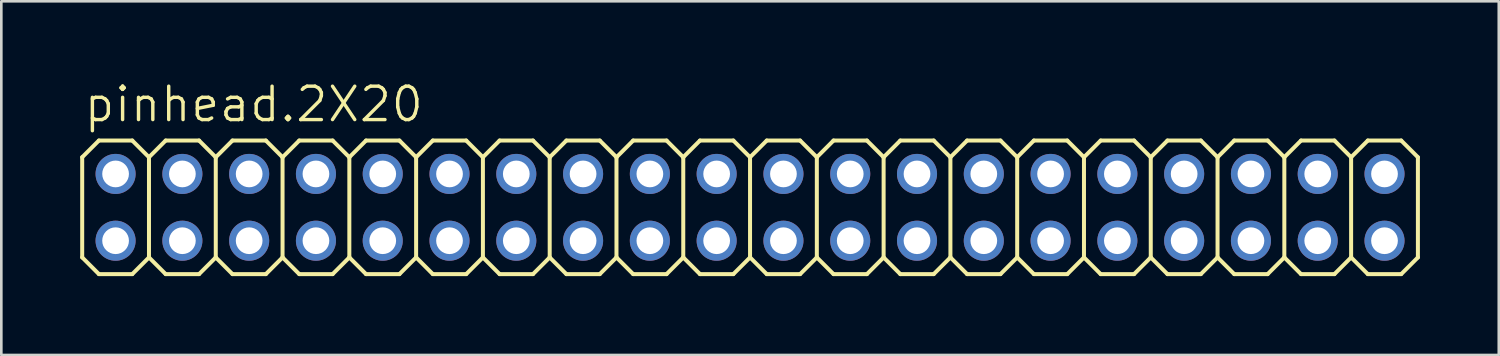
<source format=kicad_pcb>
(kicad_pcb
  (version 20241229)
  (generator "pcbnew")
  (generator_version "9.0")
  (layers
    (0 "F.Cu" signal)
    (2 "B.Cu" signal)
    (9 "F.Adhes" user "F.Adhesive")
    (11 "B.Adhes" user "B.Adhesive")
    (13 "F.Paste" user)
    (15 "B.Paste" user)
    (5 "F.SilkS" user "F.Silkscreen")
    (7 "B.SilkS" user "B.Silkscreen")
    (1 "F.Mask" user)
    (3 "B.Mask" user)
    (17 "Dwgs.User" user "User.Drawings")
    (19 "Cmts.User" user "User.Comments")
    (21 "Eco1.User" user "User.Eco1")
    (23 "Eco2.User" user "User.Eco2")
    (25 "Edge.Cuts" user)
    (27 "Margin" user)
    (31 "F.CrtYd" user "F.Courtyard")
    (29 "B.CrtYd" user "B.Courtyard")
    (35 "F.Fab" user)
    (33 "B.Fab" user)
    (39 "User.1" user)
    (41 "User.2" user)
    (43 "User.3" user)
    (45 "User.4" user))
  (footprint "pinhead.2X20"
    (layer "F.Cu")
    (at 25.476 4.835)
    (property "Reference" "pinhead.2X20" (at -25.4 -3.175 0) (layer "F.SilkS") (effects (font (size 1.27 1.27) (thickness 0.13)) (justify left bottom)))
    (attr through_hole)
    (fp_line (start -25.4 -1.905) (end -24.765 -2.54) (stroke (width 0.152) (type default)) (layer "F.SilkS"))
    (fp_line (start -25.4 1.905) (end -25.4 -1.905) (stroke (width 0.152) (type default)) (layer "F.SilkS"))
    (fp_line (start -25.4 1.905) (end -24.765 2.54) (stroke (width 0.152) (type default)) (layer "F.SilkS"))
    (fp_line (start -24.765 -2.54) (end -23.495 -2.54) (stroke (width 0.152) (type default)) (layer "F.SilkS"))
    (fp_line (start -24.765 2.54) (end -23.495 2.54) (stroke (width 0.152) (type default)) (layer "F.SilkS"))
    (fp_line (start -23.495 -2.54) (end -22.86 -1.905) (stroke (width 0.152) (type default)) (layer "F.SilkS"))
    (fp_line (start -23.495 2.54) (end -22.86 1.905) (stroke (width 0.152) (type default)) (layer "F.SilkS"))
    (fp_line (start -22.86 -1.905) (end -22.86 1.905) (stroke (width 0.152) (type default)) (layer "F.SilkS"))
    (fp_line (start -22.86 -1.905) (end -22.225 -2.54) (stroke (width 0.152) (type default)) (layer "F.SilkS"))
    (fp_line (start -22.86 1.905) (end -22.225 2.54) (stroke (width 0.152) (type default)) (layer "F.SilkS"))
    (fp_line (start -22.225 -2.54) (end -20.955 -2.54) (stroke (width 0.152) (type default)) (layer "F.SilkS"))
    (fp_line (start -22.225 2.54) (end -20.955 2.54) (stroke (width 0.152) (type default)) (layer "F.SilkS"))
    (fp_line (start -20.955 -2.54) (end -20.32 -1.905) (stroke (width 0.152) (type default)) (layer "F.SilkS"))
    (fp_line (start -20.955 2.54) (end -20.32 1.905) (stroke (width 0.152) (type default)) (layer "F.SilkS"))
    (fp_line (start -20.32 -1.905) (end -20.32 1.905) (stroke (width 0.152) (type default)) (layer "F.SilkS"))
    (fp_line (start -20.32 -1.905) (end -19.685 -2.54) (stroke (width 0.152) (type default)) (layer "F.SilkS"))
    (fp_line (start -20.32 1.905) (end -19.685 2.54) (stroke (width 0.152) (type default)) (layer "F.SilkS"))
    (fp_line (start -19.685 -2.54) (end -18.415 -2.54) (stroke (width 0.152) (type default)) (layer "F.SilkS"))
    (fp_line (start -19.685 2.54) (end -18.415 2.54) (stroke (width 0.152) (type default)) (layer "F.SilkS"))
    (fp_line (start -18.415 -2.54) (end -17.78 -1.905) (stroke (width 0.152) (type default)) (layer "F.SilkS"))
    (fp_line (start -18.415 2.54) (end -17.78 1.905) (stroke (width 0.152) (type default)) (layer "F.SilkS"))
    (fp_line (start -17.78 -1.905) (end -17.78 1.905) (stroke (width 0.152) (type default)) (layer "F.SilkS"))
    (fp_line (start -17.78 -1.905) (end -17.145 -2.54) (stroke (width 0.152) (type default)) (layer "F.SilkS"))
    (fp_line (start -17.78 1.905) (end -17.145 2.54) (stroke (width 0.152) (type default)) (layer "F.SilkS"))
    (fp_line (start -17.145 -2.54) (end -15.875 -2.54) (stroke (width 0.152) (type default)) (layer "F.SilkS"))
    (fp_line (start -17.145 2.54) (end -15.875 2.54) (stroke (width 0.152) (type default)) (layer "F.SilkS"))
    (fp_line (start -15.875 -2.54) (end -15.24 -1.905) (stroke (width 0.152) (type default)) (layer "F.SilkS"))
    (fp_line (start -15.875 2.54) (end -15.24 1.905) (stroke (width 0.152) (type default)) (layer "F.SilkS"))
    (fp_line (start -15.24 -1.905) (end -15.24 1.905) (stroke (width 0.152) (type default)) (layer "F.SilkS"))
    (fp_line (start -15.24 -1.905) (end -14.605 -2.54) (stroke (width 0.152) (type default)) (layer "F.SilkS"))
    (fp_line (start -15.24 1.905) (end -14.605 2.54) (stroke (width 0.152) (type default)) (layer "F.SilkS"))
    (fp_line (start -14.605 -2.54) (end -13.335 -2.54) (stroke (width 0.152) (type default)) (layer "F.SilkS"))
    (fp_line (start -14.605 2.54) (end -13.335 2.54) (stroke (width 0.152) (type default)) (layer "F.SilkS"))
    (fp_line (start -13.335 -2.54) (end -12.7 -1.905) (stroke (width 0.152) (type default)) (layer "F.SilkS"))
    (fp_line (start -13.335 2.54) (end -12.7 1.905) (stroke (width 0.152) (type default)) (layer "F.SilkS"))
    (fp_line (start -12.7 -1.905) (end -12.7 1.905) (stroke (width 0.152) (type default)) (layer "F.SilkS"))
    (fp_line (start -12.7 -1.905) (end -12.065 -2.54) (stroke (width 0.152) (type default)) (layer "F.SilkS"))
    (fp_line (start -12.7 1.905) (end -12.065 2.54) (stroke (width 0.152) (type default)) (layer "F.SilkS"))
    (fp_line (start -12.065 -2.54) (end -10.795 -2.54) (stroke (width 0.152) (type default)) (layer "F.SilkS"))
    (fp_line (start -12.065 2.54) (end -10.795 2.54) (stroke (width 0.152) (type default)) (layer "F.SilkS"))
    (fp_line (start -10.795 -2.54) (end -10.16 -1.905) (stroke (width 0.152) (type default)) (layer "F.SilkS"))
    (fp_line (start -10.795 2.54) (end -10.16 1.905) (stroke (width 0.152) (type default)) (layer "F.SilkS"))
    (fp_line (start -10.16 -1.905) (end -10.16 1.905) (stroke (width 0.152) (type default)) (layer "F.SilkS"))
    (fp_line (start -10.16 -1.905) (end -9.525 -2.54) (stroke (width 0.152) (type default)) (layer "F.SilkS"))
    (fp_line (start -10.16 1.905) (end -9.525 2.54) (stroke (width 0.152) (type default)) (layer "F.SilkS"))
    (fp_line (start -9.525 -2.54) (end -8.255 -2.54) (stroke (width 0.152) (type default)) (layer "F.SilkS"))
    (fp_line (start -8.255 -2.54) (end -7.62 -1.905) (stroke (width 0.152) (type default)) (layer "F.SilkS"))
    (fp_line (start -8.255 2.54) (end -9.525 2.54) (stroke (width 0.152) (type default)) (layer "F.SilkS"))
    (fp_line (start -7.62 -1.905) (end -7.62 1.905) (stroke (width 0.152) (type default)) (layer "F.SilkS"))
    (fp_line (start -7.62 -1.905) (end -6.985 -2.54) (stroke (width 0.152) (type default)) (layer "F.SilkS"))
    (fp_line (start -7.62 1.905) (end -8.255 2.54) (stroke (width 0.152) (type default)) (layer "F.SilkS"))
    (fp_line (start -7.62 1.905) (end -6.985 2.54) (stroke (width 0.152) (type default)) (layer "F.SilkS"))
    (fp_line (start -6.985 -2.54) (end -5.715 -2.54) (stroke (width 0.152) (type default)) (layer "F.SilkS"))
    (fp_line (start -5.715 -2.54) (end -5.08 -1.905) (stroke (width 0.152) (type default)) (layer "F.SilkS"))
    (fp_line (start -5.715 2.54) (end -6.985 2.54) (stroke (width 0.152) (type default)) (layer "F.SilkS"))
    (fp_line (start -5.08 -1.905) (end -5.08 1.905) (stroke (width 0.152) (type default)) (layer "F.SilkS"))
    (fp_line (start -5.08 -1.905) (end -4.445 -2.54) (stroke (width 0.152) (type default)) (layer "F.SilkS"))
    (fp_line (start -5.08 1.905) (end -5.715 2.54) (stroke (width 0.152) (type default)) (layer "F.SilkS"))
    (fp_line (start -5.08 1.905) (end -4.445 2.54) (stroke (width 0.152) (type default)) (layer "F.SilkS"))
    (fp_line (start -4.445 -2.54) (end -3.175 -2.54) (stroke (width 0.152) (type default)) (layer "F.SilkS"))
    (fp_line (start -3.175 -2.54) (end -2.54 -1.905) (stroke (width 0.152) (type default)) (layer "F.SilkS"))
    (fp_line (start -3.175 2.54) (end -4.445 2.54) (stroke (width 0.152) (type default)) (layer "F.SilkS"))
    (fp_line (start -2.54 -1.905) (end -2.54 1.905) (stroke (width 0.152) (type default)) (layer "F.SilkS"))
    (fp_line (start -2.54 -1.905) (end -1.905 -2.54) (stroke (width 0.152) (type default)) (layer "F.SilkS"))
    (fp_line (start -2.54 1.905) (end -3.175 2.54) (stroke (width 0.152) (type default)) (layer "F.SilkS"))
    (fp_line (start -2.54 1.905) (end -1.905 2.54) (stroke (width 0.152) (type default)) (layer "F.SilkS"))
    (fp_line (start -1.905 -2.54) (end -0.635 -2.54) (stroke (width 0.152) (type default)) (layer "F.SilkS"))
    (fp_line (start -0.635 -2.54) (end 0 -1.905) (stroke (width 0.152) (type default)) (layer "F.SilkS"))
    (fp_line (start -0.635 2.54) (end -1.905 2.54) (stroke (width 0.152) (type default)) (layer "F.SilkS"))
    (fp_line (start 0 -1.905) (end 0 1.905) (stroke (width 0.152) (type default)) (layer "F.SilkS"))
    (fp_line (start 0 -1.905) (end 0.635 -2.54) (stroke (width 0.152) (type default)) (layer "F.SilkS"))
    (fp_line (start 0 1.905) (end -0.635 2.54) (stroke (width 0.152) (type default)) (layer "F.SilkS"))
    (fp_line (start 0 1.905) (end 0.635 2.54) (stroke (width 0.152) (type default)) (layer "F.SilkS"))
    (fp_line (start 0.635 -2.54) (end 1.905 -2.54) (stroke (width 0.152) (type default)) (layer "F.SilkS"))
    (fp_line (start 1.905 -2.54) (end 2.54 -1.905) (stroke (width 0.152) (type default)) (layer "F.SilkS"))
    (fp_line (start 1.905 2.54) (end 0.635 2.54) (stroke (width 0.152) (type default)) (layer "F.SilkS"))
    (fp_line (start 2.54 -1.905) (end 2.54 1.905) (stroke (width 0.152) (type default)) (layer "F.SilkS"))
    (fp_line (start 2.54 -1.905) (end 3.175 -2.54) (stroke (width 0.152) (type default)) (layer "F.SilkS"))
    (fp_line (start 2.54 1.905) (end 1.905 2.54) (stroke (width 0.152) (type default)) (layer "F.SilkS"))
    (fp_line (start 2.54 1.905) (end 3.175 2.54) (stroke (width 0.152) (type default)) (layer "F.SilkS"))
    (fp_line (start 3.175 -2.54) (end 4.445 -2.54) (stroke (width 0.152) (type default)) (layer "F.SilkS"))
    (fp_line (start 4.445 2.54) (end 3.175 2.54) (stroke (width 0.152) (type default)) (layer "F.SilkS"))
    (fp_line (start 5.08 -1.905) (end 4.445 -2.54) (stroke (width 0.152) (type default)) (layer "F.SilkS"))
    (fp_line (start 5.08 -1.905) (end 5.08 1.905) (stroke (width 0.152) (type default)) (layer "F.SilkS"))
    (fp_line (start 5.08 -1.905) (end 5.715 -2.54) (stroke (width 0.152) (type default)) (layer "F.SilkS"))
    (fp_line (start 5.08 1.905) (end 4.445 2.54) (stroke (width 0.152) (type default)) (layer "F.SilkS"))
    (fp_line (start 5.08 1.905) (end 5.715 2.54) (stroke (width 0.152) (type default)) (layer "F.SilkS"))
    (fp_line (start 6.985 -2.54) (end 5.715 -2.54) (stroke (width 0.152) (type default)) (layer "F.SilkS"))
    (fp_line (start 6.985 -2.54) (end 7.62 -1.905) (stroke (width 0.152) (type default)) (layer "F.SilkS"))
    (fp_line (start 6.985 2.54) (end 5.715 2.54) (stroke (width 0.152) (type default)) (layer "F.SilkS"))
    (fp_line (start 7.62 -1.905) (end 7.62 1.905) (stroke (width 0.152) (type default)) (layer "F.SilkS"))
    (fp_line (start 7.62 -1.905) (end 8.255 -2.54) (stroke (width 0.152) (type default)) (layer "F.SilkS"))
    (fp_line (start 7.62 1.905) (end 6.985 2.54) (stroke (width 0.152) (type default)) (layer "F.SilkS"))
    (fp_line (start 7.62 1.905) (end 8.255 2.54) (stroke (width 0.152) (type default)) (layer "F.SilkS"))
    (fp_line (start 9.525 -2.54) (end 8.255 -2.54) (stroke (width 0.152) (type default)) (layer "F.SilkS"))
    (fp_line (start 9.525 -2.54) (end 10.16 -1.905) (stroke (width 0.152) (type default)) (layer "F.SilkS"))
    (fp_line (start 9.525 2.54) (end 8.255 2.54) (stroke (width 0.152) (type default)) (layer "F.SilkS"))
    (fp_line (start 10.16 -1.905) (end 10.16 1.905) (stroke (width 0.152) (type default)) (layer "F.SilkS"))
    (fp_line (start 10.16 -1.905) (end 10.795 -2.54) (stroke (width 0.152) (type default)) (layer "F.SilkS"))
    (fp_line (start 10.16 1.905) (end 9.525 2.54) (stroke (width 0.152) (type default)) (layer "F.SilkS"))
    (fp_line (start 10.795 2.54) (end 10.16 1.905) (stroke (width 0.152) (type default)) (layer "F.SilkS"))
    (fp_line (start 10.795 2.54) (end 12.065 2.54) (stroke (width 0.152) (type default)) (layer "F.SilkS"))
    (fp_line (start 12.065 -2.54) (end 10.795 -2.54) (stroke (width 0.152) (type default)) (layer "F.SilkS"))
    (fp_line (start 12.065 -2.54) (end 12.7 -1.905) (stroke (width 0.152) (type default)) (layer "F.SilkS"))
    (fp_line (start 12.7 -1.905) (end 12.7 1.905) (stroke (width 0.152) (type default)) (layer "F.SilkS"))
    (fp_line (start 12.7 -1.905) (end 13.335 -2.54) (stroke (width 0.152) (type default)) (layer "F.SilkS"))
    (fp_line (start 12.7 1.905) (end 12.065 2.54) (stroke (width 0.152) (type default)) (layer "F.SilkS"))
    (fp_line (start 13.335 2.54) (end 12.7 1.905) (stroke (width 0.152) (type default)) (layer "F.SilkS"))
    (fp_line (start 13.335 2.54) (end 14.605 2.54) (stroke (width 0.152) (type default)) (layer "F.SilkS"))
    (fp_line (start 14.605 -2.54) (end 13.335 -2.54) (stroke (width 0.152) (type default)) (layer "F.SilkS"))
    (fp_line (start 14.605 -2.54) (end 15.24 -1.905) (stroke (width 0.152) (type default)) (layer "F.SilkS"))
    (fp_line (start 15.24 -1.905) (end 15.24 1.905) (stroke (width 0.152) (type default)) (layer "F.SilkS"))
    (fp_line (start 15.24 -1.905) (end 15.875 -2.54) (stroke (width 0.152) (type default)) (layer "F.SilkS"))
    (fp_line (start 15.24 1.905) (end 14.605 2.54) (stroke (width 0.152) (type default)) (layer "F.SilkS"))
    (fp_line (start 15.24 1.905) (end 15.875 2.54) (stroke (width 0.152) (type default)) (layer "F.SilkS"))
    (fp_line (start 17.145 -2.54) (end 15.875 -2.54) (stroke (width 0.152) (type default)) (layer "F.SilkS"))
    (fp_line (start 17.145 -2.54) (end 17.78 -1.905) (stroke (width 0.152) (type default)) (layer "F.SilkS"))
    (fp_line (start 17.145 2.54) (end 15.875 2.54) (stroke (width 0.152) (type default)) (layer "F.SilkS"))
    (fp_line (start 17.78 -1.905) (end 17.78 1.905) (stroke (width 0.152) (type default)) (layer "F.SilkS"))
    (fp_line (start 17.78 -1.905) (end 18.415 -2.54) (stroke (width 0.152) (type default)) (layer "F.SilkS"))
    (fp_line (start 17.78 1.905) (end 17.145 2.54) (stroke (width 0.152) (type default)) (layer "F.SilkS"))
    (fp_line (start 17.78 1.905) (end 18.415 2.54) (stroke (width 0.152) (type default)) (layer "F.SilkS"))
    (fp_line (start 19.685 -2.54) (end 18.415 -2.54) (stroke (width 0.152) (type default)) (layer "F.SilkS"))
    (fp_line (start 19.685 -2.54) (end 20.32 -1.905) (stroke (width 0.152) (type default)) (layer "F.SilkS"))
    (fp_line (start 19.685 2.54) (end 18.415 2.54) (stroke (width 0.152) (type default)) (layer "F.SilkS"))
    (fp_line (start 20.32 -1.905) (end 20.32 1.905) (stroke (width 0.152) (type default)) (layer "F.SilkS"))
    (fp_line (start 20.32 -1.905) (end 20.955 -2.54) (stroke (width 0.152) (type default)) (layer "F.SilkS"))
    (fp_line (start 20.32 1.905) (end 19.685 2.54) (stroke (width 0.152) (type default)) (layer "F.SilkS"))
    (fp_line (start 20.32 1.905) (end 20.955 2.54) (stroke (width 0.152) (type default)) (layer "F.SilkS"))
    (fp_line (start 22.225 -2.54) (end 20.955 -2.54) (stroke (width 0.152) (type default)) (layer "F.SilkS"))
    (fp_line (start 22.225 -2.54) (end 22.86 -1.905) (stroke (width 0.152) (type default)) (layer "F.SilkS"))
    (fp_line (start 22.225 2.54) (end 20.955 2.54) (stroke (width 0.152) (type default)) (layer "F.SilkS"))
    (fp_line (start 22.86 -1.905) (end 22.86 1.905) (stroke (width 0.152) (type default)) (layer "F.SilkS"))
    (fp_line (start 22.86 -1.905) (end 23.495 -2.54) (stroke (width 0.152) (type default)) (layer "F.SilkS"))
    (fp_line (start 22.86 1.905) (end 22.225 2.54) (stroke (width 0.152) (type default)) (layer "F.SilkS"))
    (fp_line (start 22.86 1.905) (end 23.495 2.54) (stroke (width 0.152) (type default)) (layer "F.SilkS"))
    (fp_line (start 24.765 -2.54) (end 23.495 -2.54) (stroke (width 0.152) (type default)) (layer "F.SilkS"))
    (fp_line (start 24.765 -2.54) (end 25.4 -1.905) (stroke (width 0.152) (type default)) (layer "F.SilkS"))
    (fp_line (start 24.765 2.54) (end 23.495 2.54) (stroke (width 0.152) (type default)) (layer "F.SilkS"))
    (fp_line (start 25.4 -1.905) (end 25.4 1.905) (stroke (width 0.152) (type default)) (layer "F.SilkS"))
    (fp_line (start 25.4 1.905) (end 24.765 2.54) (stroke (width 0.152) (type default)) (layer "F.SilkS"))
    (fp_rect (start -24.384 -1.016) (end -23.876 -1.524) (stroke (width 0.05) (type default)) (fill no) (layer "F.Fab"))
    (fp_rect (start -24.384 1.524) (end -23.876 1.016) (stroke (width 0.05) (type default)) (fill no) (layer "F.Fab"))
    (fp_rect (start -21.844 -1.016) (end -21.336 -1.524) (stroke (width 0.05) (type default)) (fill no) (layer "F.Fab"))
    (fp_rect (start -21.844 1.524) (end -21.336 1.016) (stroke (width 0.05) (type default)) (fill no) (layer "F.Fab"))
    (fp_rect (start -19.304 -1.016) (end -18.796 -1.524) (stroke (width 0.05) (type default)) (fill no) (layer "F.Fab"))
    (fp_rect (start -19.304 1.524) (end -18.796 1.016) (stroke (width 0.05) (type default)) (fill no) (layer "F.Fab"))
    (fp_rect (start -16.764 -1.016) (end -16.256 -1.524) (stroke (width 0.05) (type default)) (fill no) (layer "F.Fab"))
    (fp_rect (start -16.764 1.524) (end -16.256 1.016) (stroke (width 0.05) (type default)) (fill no) (layer "F.Fab"))
    (fp_rect (start -14.224 -1.016) (end -13.716 -1.524) (stroke (width 0.05) (type default)) (fill no) (layer "F.Fab"))
    (fp_rect (start -14.224 1.524) (end -13.716 1.016) (stroke (width 0.05) (type default)) (fill no) (layer "F.Fab"))
    (fp_rect (start -11.684 -1.016) (end -11.176 -1.524) (stroke (width 0.05) (type default)) (fill no) (layer "F.Fab"))
    (fp_rect (start -11.684 1.524) (end -11.176 1.016) (stroke (width 0.05) (type default)) (fill no) (layer "F.Fab"))
    (fp_rect (start -9.144 -1.016) (end -8.636 -1.524) (stroke (width 0.05) (type default)) (fill no) (layer "F.Fab"))
    (fp_rect (start -9.144 1.524) (end -8.636 1.016) (stroke (width 0.05) (type default)) (fill no) (layer "F.Fab"))
    (fp_rect (start -6.604 -1.016) (end -6.096 -1.524) (stroke (width 0.05) (type default)) (fill no) (layer "F.Fab"))
    (fp_rect (start -6.604 1.524) (end -6.096 1.016) (stroke (width 0.05) (type default)) (fill no) (layer "F.Fab"))
    (fp_rect (start -4.064 -1.016) (end -3.556 -1.524) (stroke (width 0.05) (type default)) (fill no) (layer "F.Fab"))
    (fp_rect (start -4.064 1.524) (end -3.556 1.016) (stroke (width 0.05) (type default)) (fill no) (layer "F.Fab"))
    (fp_rect (start -1.524 -1.016) (end -1.016 -1.524) (stroke (width 0.05) (type default)) (fill no) (layer "F.Fab"))
    (fp_rect (start -1.524 1.524) (end -1.016 1.016) (stroke (width 0.05) (type default)) (fill no) (layer "F.Fab"))
    (fp_rect (start 1.016 -1.016) (end 1.524 -1.524) (stroke (width 0.05) (type default)) (fill no) (layer "F.Fab"))
    (fp_rect (start 1.016 1.524) (end 1.524 1.016) (stroke (width 0.05) (type default)) (fill no) (layer "F.Fab"))
    (fp_rect (start 3.556 -1.016) (end 4.064 -1.524) (stroke (width 0.05) (type default)) (fill no) (layer "F.Fab"))
    (fp_rect (start 3.556 1.524) (end 4.064 1.016) (stroke (width 0.05) (type default)) (fill no) (layer "F.Fab"))
    (fp_rect (start 6.096 -1.016) (end 6.604 -1.524) (stroke (width 0.05) (type default)) (fill no) (layer "F.Fab"))
    (fp_rect (start 6.096 1.524) (end 6.604 1.016) (stroke (width 0.05) (type default)) (fill no) (layer "F.Fab"))
    (fp_rect (start 8.636 -1.016) (end 9.144 -1.524) (stroke (width 0.05) (type default)) (fill no) (layer "F.Fab"))
    (fp_rect (start 8.636 1.524) (end 9.144 1.016) (stroke (width 0.05) (type default)) (fill no) (layer "F.Fab"))
    (fp_rect (start 11.176 -1.016) (end 11.684 -1.524) (stroke (width 0.05) (type default)) (fill no) (layer "F.Fab"))
    (fp_rect (start 11.176 1.524) (end 11.684 1.016) (stroke (width 0.05) (type default)) (fill no) (layer "F.Fab"))
    (fp_rect (start 13.716 -1.016) (end 14.224 -1.524) (stroke (width 0.05) (type default)) (fill no) (layer "F.Fab"))
    (fp_rect (start 13.716 1.524) (end 14.224 1.016) (stroke (width 0.05) (type default)) (fill no) (layer "F.Fab"))
    (fp_rect (start 16.256 -1.016) (end 16.764 -1.524) (stroke (width 0.05) (type default)) (fill no) (layer "F.Fab"))
    (fp_rect (start 16.256 1.524) (end 16.764 1.016) (stroke (width 0.05) (type default)) (fill no) (layer "F.Fab"))
    (fp_rect (start 18.796 -1.016) (end 19.304 -1.524) (stroke (width 0.05) (type default)) (fill no) (layer "F.Fab"))
    (fp_rect (start 18.796 1.524) (end 19.304 1.016) (stroke (width 0.05) (type default)) (fill no) (layer "F.Fab"))
    (fp_rect (start 21.336 -1.016) (end 21.844 -1.524) (stroke (width 0.05) (type default)) (fill no) (layer "F.Fab"))
    (fp_rect (start 21.336 1.524) (end 21.844 1.016) (stroke (width 0.05) (type default)) (fill no) (layer "F.Fab"))
    (fp_rect (start 23.876 -1.016) (end 24.384 -1.524) (stroke (width 0.05) (type default)) (fill no) (layer "F.Fab"))
    (fp_rect (start 23.876 1.524) (end 24.384 1.016) (stroke (width 0.05) (type default)) (fill no) (layer "F.Fab"))
    (pad "1" thru_hole circle (at -24.13 1.27) (size 1.524 1.524) (drill 1.016) (layers "*.Cu" "*.Mask"))
    (pad "2" thru_hole circle (at -24.13 -1.27) (size 1.524 1.524) (drill 1.016) (layers "*.Cu" "*.Mask"))
    (pad "3" thru_hole circle (at -21.59 1.27) (size 1.524 1.524) (drill 1.016) (layers "*.Cu" "*.Mask"))
    (pad "4" thru_hole circle (at -21.59 -1.27) (size 1.524 1.524) (drill 1.016) (layers "*.Cu" "*.Mask"))
    (pad "5" thru_hole circle (at -19.05 1.27) (size 1.524 1.524) (drill 1.016) (layers "*.Cu" "*.Mask"))
    (pad "6" thru_hole circle (at -19.05 -1.27) (size 1.524 1.524) (drill 1.016) (layers "*.Cu" "*.Mask"))
    (pad "7" thru_hole circle (at -16.51 1.27) (size 1.524 1.524) (drill 1.016) (layers "*.Cu" "*.Mask"))
    (pad "8" thru_hole circle (at -16.51 -1.27) (size 1.524 1.524) (drill 1.016) (layers "*.Cu" "*.Mask"))
    (pad "9" thru_hole circle (at -13.97 1.27) (size 1.524 1.524) (drill 1.016) (layers "*.Cu" "*.Mask"))
    (pad "10" thru_hole circle (at -13.97 -1.27) (size 1.524 1.524) (drill 1.016) (layers "*.Cu" "*.Mask"))
    (pad "11" thru_hole circle (at -11.43 1.27) (size 1.524 1.524) (drill 1.016) (layers "*.Cu" "*.Mask"))
    (pad "12" thru_hole circle (at -11.43 -1.27) (size 1.524 1.524) (drill 1.016) (layers "*.Cu" "*.Mask"))
    (pad "13" thru_hole circle (at -8.89 1.27) (size 1.524 1.524) (drill 1.016) (layers "*.Cu" "*.Mask"))
    (pad "14" thru_hole circle (at -8.89 -1.27) (size 1.524 1.524) (drill 1.016) (layers "*.Cu" "*.Mask"))
    (pad "15" thru_hole circle (at -6.35 1.27) (size 1.524 1.524) (drill 1.016) (layers "*.Cu" "*.Mask"))
    (pad "16" thru_hole circle (at -6.35 -1.27) (size 1.524 1.524) (drill 1.016) (layers "*.Cu" "*.Mask"))
    (pad "17" thru_hole circle (at -3.81 1.27) (size 1.524 1.524) (drill 1.016) (layers "*.Cu" "*.Mask"))
    (pad "18" thru_hole circle (at -3.81 -1.27) (size 1.524 1.524) (drill 1.016) (layers "*.Cu" "*.Mask"))
    (pad "19" thru_hole circle (at -1.27 1.27) (size 1.524 1.524) (drill 1.016) (layers "*.Cu" "*.Mask"))
    (pad "20" thru_hole circle (at -1.27 -1.27) (size 1.524 1.524) (drill 1.016) (layers "*.Cu" "*.Mask"))
    (pad "21" thru_hole circle (at 1.27 1.27) (size 1.524 1.524) (drill 1.016) (layers "*.Cu" "*.Mask"))
    (pad "22" thru_hole circle (at 1.27 -1.27) (size 1.524 1.524) (drill 1.016) (layers "*.Cu" "*.Mask"))
    (pad "23" thru_hole circle (at 3.81 1.27) (size 1.524 1.524) (drill 1.016) (layers "*.Cu" "*.Mask"))
    (pad "24" thru_hole circle (at 3.81 -1.27) (size 1.524 1.524) (drill 1.016) (layers "*.Cu" "*.Mask"))
    (pad "25" thru_hole circle (at 6.35 1.27) (size 1.524 1.524) (drill 1.016) (layers "*.Cu" "*.Mask"))
    (pad "26" thru_hole circle (at 6.35 -1.27) (size 1.524 1.524) (drill 1.016) (layers "*.Cu" "*.Mask"))
    (pad "27" thru_hole circle (at 8.89 1.27) (size 1.524 1.524) (drill 1.016) (layers "*.Cu" "*.Mask"))
    (pad "28" thru_hole circle (at 8.89 -1.27) (size 1.524 1.524) (drill 1.016) (layers "*.Cu" "*.Mask"))
    (pad "29" thru_hole circle (at 11.43 1.27) (size 1.524 1.524) (drill 1.016) (layers "*.Cu" "*.Mask"))
    (pad "30" thru_hole circle (at 11.43 -1.27) (size 1.524 1.524) (drill 1.016) (layers "*.Cu" "*.Mask"))
    (pad "31" thru_hole circle (at 13.97 1.27) (size 1.524 1.524) (drill 1.016) (layers "*.Cu" "*.Mask"))
    (pad "32" thru_hole circle (at 13.97 -1.27) (size 1.524 1.524) (drill 1.016) (layers "*.Cu" "*.Mask"))
    (pad "33" thru_hole circle (at 16.51 1.27) (size 1.524 1.524) (drill 1.016) (layers "*.Cu" "*.Mask"))
    (pad "34" thru_hole circle (at 16.51 -1.27) (size 1.524 1.524) (drill 1.016) (layers "*.Cu" "*.Mask"))
    (pad "35" thru_hole circle (at 19.05 1.27) (size 1.524 1.524) (drill 1.016) (layers "*.Cu" "*.Mask"))
    (pad "36" thru_hole circle (at 19.05 -1.27) (size 1.524 1.524) (drill 1.016) (layers "*.Cu" "*.Mask"))
    (pad "37" thru_hole circle (at 21.59 1.27) (size 1.524 1.524) (drill 1.016) (layers "*.Cu" "*.Mask"))
    (pad "38" thru_hole circle (at 21.59 -1.27) (size 1.524 1.524) (drill 1.016) (layers "*.Cu" "*.Mask"))
    (pad "39" thru_hole circle (at 24.13 1.27) (size 1.524 1.524) (drill 1.016) (layers "*.Cu" "*.Mask"))
    (pad "40" thru_hole circle (at 24.13 -1.27) (size 1.524 1.524) (drill 1.016) (layers "*.Cu" "*.Mask")))
  (gr_rect
    (start -3 -3)
    (end 53.952 10.451)
    (stroke (width 0.1) (type default))
    (fill no)
    (layer "Edge.Cuts")))
</source>
